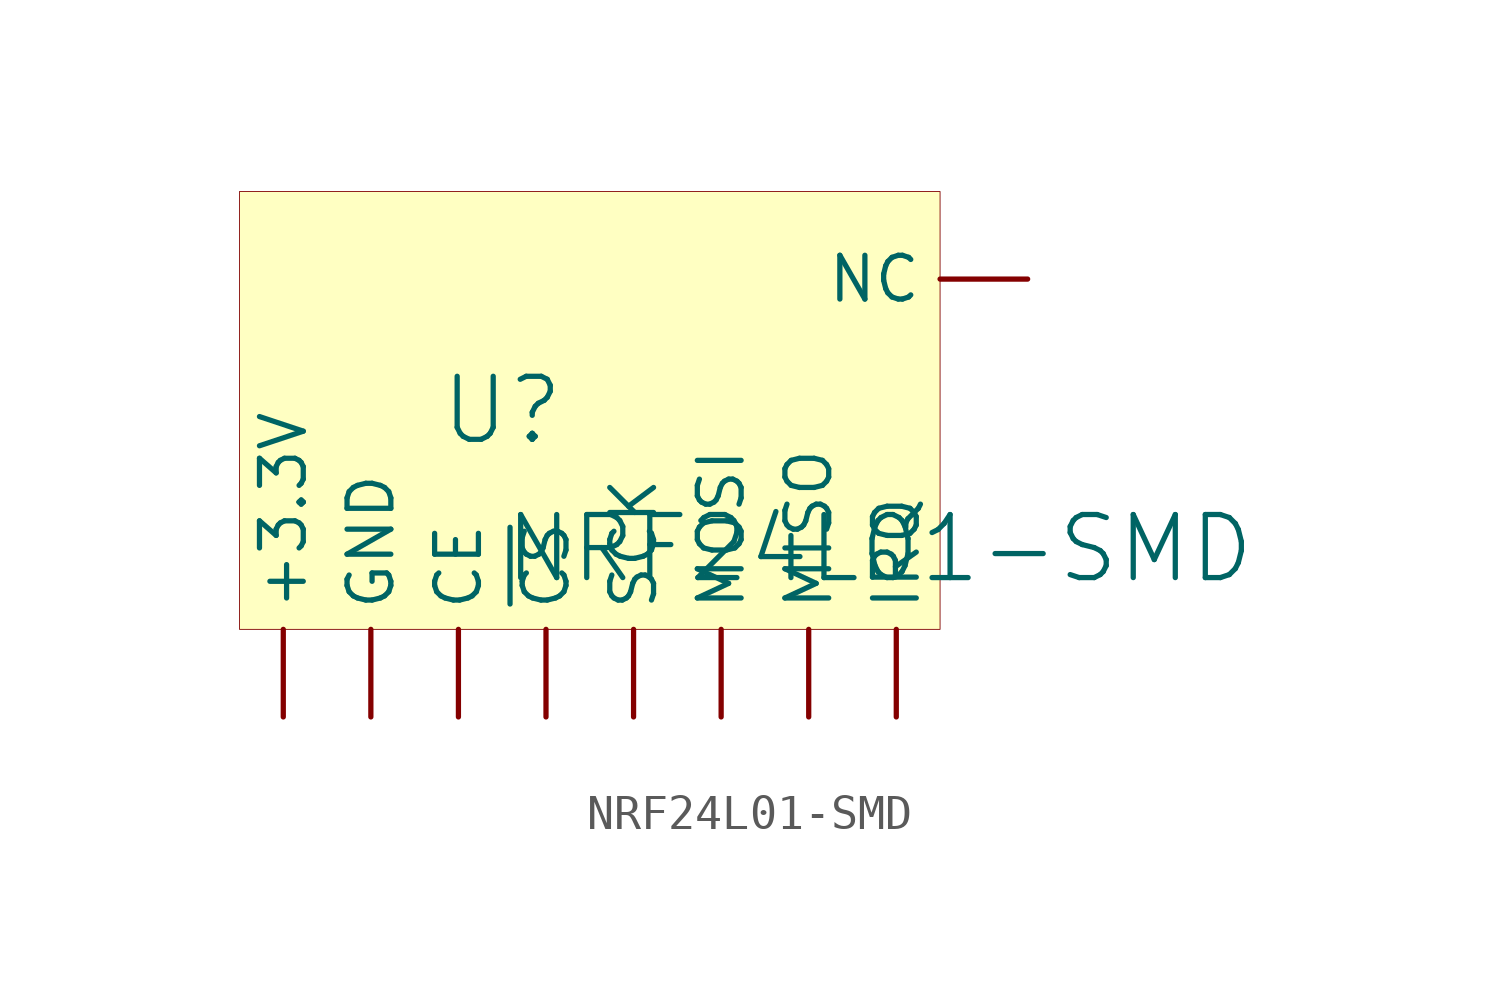
<source format=kicad_sym>
(kicad_symbol_lib
  (version 20241209)
  (generator "kicad_symbol_editor")
  (generator_version "9.0")
  (symbol "NRF24L01-SMD"
    (pin_numbers
      (hide yes))
    (property "Reference" "U"
      (at -1.27 1.27 0)
      (effects (font (size 1.829 1.829))))
    (property "Value" "NRF24L01-SMD"
      (at -1.27 -3.81 0)
      (effects (font (size 1.829 1.829)) (justify left bottom)))
    (symbol "NRF24L01-SMD_1_0"
      (rectangle (start 11.43 7.62) (end -8.89 -5.08) (stroke (width 0.025) (type solid) (color 128 0 0 1)) (fill (type background)))
      (pin passive line (at -7.62 -7.62 90) (length 2.54) (name "+3.3V" (effects (font (size 1.27 1.27)))) (number "1" (effects (font (size 1.27 1.27)))))
      (pin passive line (at -5.08 -7.62 90) (length 2.54) (name "GND" (effects (font (size 1.27 1.27)))) (number "2" (effects (font (size 1.27 1.27)))))
      (pin passive line (at -2.54 -7.62 90) (length 2.54) (name "CE" (effects (font (size 1.27 1.27)))) (number "3" (effects (font (size 1.27 1.27)))))
      (pin passive line (at 0 -7.62 90) (length 2.54) (name "~{CS}" (effects (font (size 1.27 1.27)))) (number "4" (effects (font (size 1.27 1.27)))))
      (pin passive line (at 2.54 -7.62 90) (length 2.54) (name "SCK" (effects (font (size 1.27 1.27)))) (number "5" (effects (font (size 1.27 1.27)))))
      (pin passive line (at 5.08 -7.62 90) (length 2.54) (name "MOSI" (effects (font (size 1.27 1.27)))) (number "6" (effects (font (size 1.27 1.27)))))
      (pin passive line (at 7.62 -7.62 90) (length 2.54) (name "MISO" (effects (font (size 1.27 1.27)))) (number "7" (effects (font (size 1.27 1.27)))))
      (pin passive line (at 10.16 -7.62 90) (length 2.54) (name "IRQ" (effects (font (size 1.27 1.27)))) (number "8" (effects (font (size 1.27 1.27)))))
      (pin passive line (at 13.97 5.08 180) (length 2.54) (name "NC" (effects (font (size 1.27 1.27)))) (number "9" (effects (font (size 1.27 1.27))))))))
</source>
